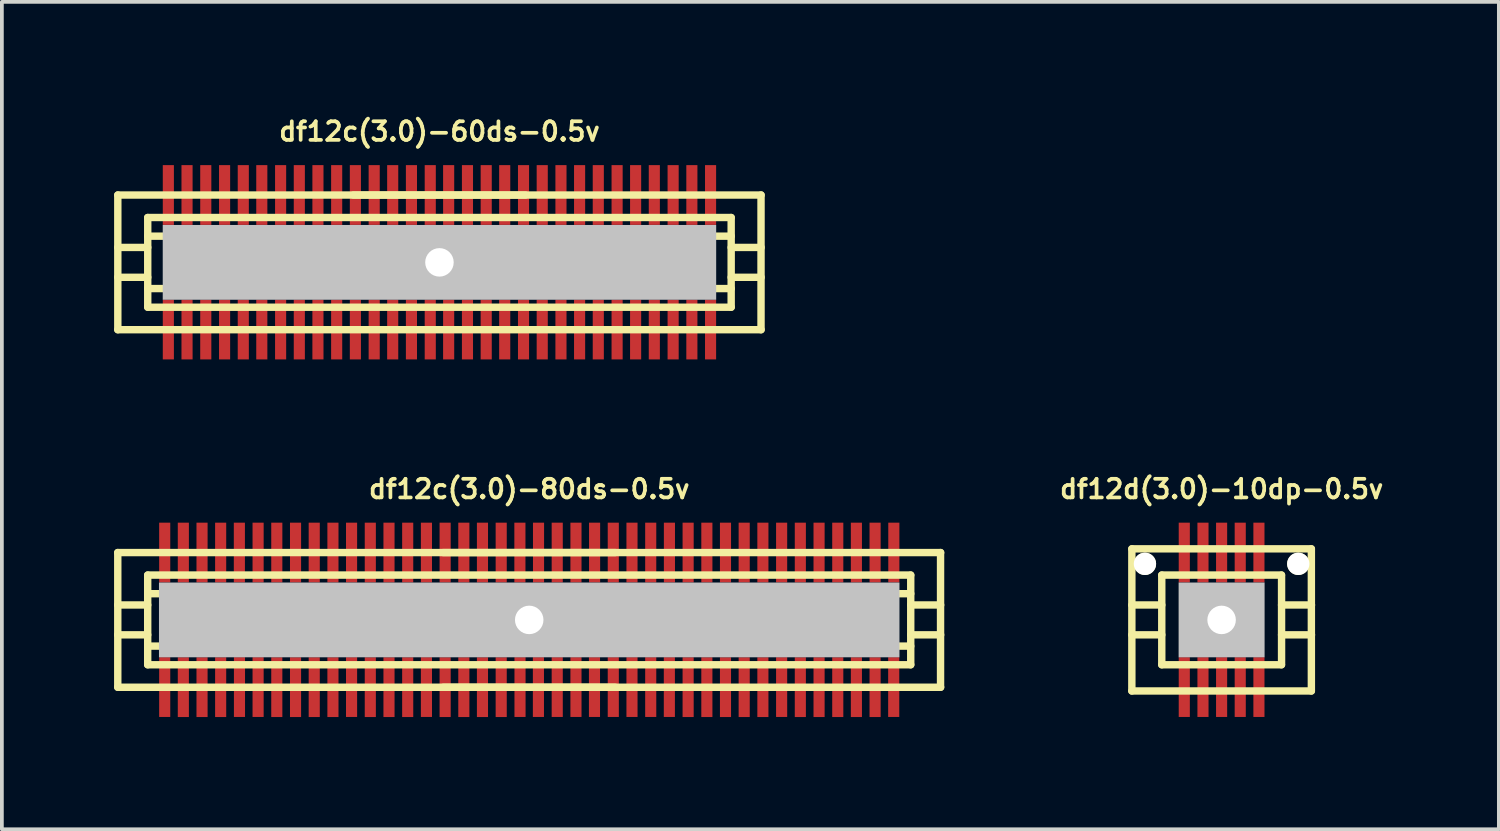
<source format=kicad_pcb>
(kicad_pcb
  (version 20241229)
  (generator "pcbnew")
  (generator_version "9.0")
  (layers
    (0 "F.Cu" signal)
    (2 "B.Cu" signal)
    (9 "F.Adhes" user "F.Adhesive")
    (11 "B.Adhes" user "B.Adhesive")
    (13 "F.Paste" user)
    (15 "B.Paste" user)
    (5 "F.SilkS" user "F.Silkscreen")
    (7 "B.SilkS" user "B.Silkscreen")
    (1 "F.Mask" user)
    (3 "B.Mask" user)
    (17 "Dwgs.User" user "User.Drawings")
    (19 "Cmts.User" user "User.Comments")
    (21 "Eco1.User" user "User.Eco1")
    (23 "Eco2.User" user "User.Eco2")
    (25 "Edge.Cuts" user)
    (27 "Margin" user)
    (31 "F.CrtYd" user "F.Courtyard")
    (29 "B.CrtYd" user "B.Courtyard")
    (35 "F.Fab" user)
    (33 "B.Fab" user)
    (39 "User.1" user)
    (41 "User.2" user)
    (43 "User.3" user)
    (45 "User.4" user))
  (footprint "df12c(3.0)-60ds-0.5v"
    (layer "F.Cu")
    (at 8.7 3.965)
    (property "Reference" "df12c(3.0)-60ds-0.5v" (at 0 -3.5 0) (layer "F.SilkS") (effects (font (size 0.498 0.498) (thickness 0.099))))
    (attr through_hole)
    (fp_line (start -8.6 -1.801) (end 8.6 -1.801) (stroke (width 0.198) (type solid)) (layer "F.SilkS"))
    (fp_line (start -8.6 1.801) (end -8.6 -1.801) (stroke (width 0.198) (type solid)) (layer "F.SilkS"))
    (fp_line (start -8.6 1.801) (end 8.6 1.801) (stroke (width 0.198) (type solid)) (layer "F.SilkS"))
    (fp_line (start -7.8 -0.701) (end 7.8 -0.701) (stroke (width 0.198) (type solid)) (layer "F.SilkS"))
    (fp_line (start -7.8 -0.399) (end -8.6 -0.399) (stroke (width 0.198) (type solid)) (layer "F.SilkS"))
    (fp_line (start -7.8 0.399) (end -8.6 0.399) (stroke (width 0.198) (type solid)) (layer "F.SilkS"))
    (fp_line (start -7.8 0.701) (end 7.8 0.701) (stroke (width 0.198) (type solid)) (layer "F.SilkS"))
    (fp_line (start -7.8 1.199) (end -7.8 -1.199) (stroke (width 0.198) (type solid)) (layer "F.SilkS"))
    (fp_line (start -2.301 -1.801) (end 2.301 -1.801) (stroke (width 0.198) (type solid)) (layer "F.SilkS"))
    (fp_line (start 7.8 -1.199) (end -7.8 -1.199) (stroke (width 0.198) (type solid)) (layer "F.SilkS"))
    (fp_line (start 7.8 -1.199) (end 7.8 1.199) (stroke (width 0.198) (type solid)) (layer "F.SilkS"))
    (fp_line (start 7.8 -0.399) (end 8.6 -0.399) (stroke (width 0.198) (type solid)) (layer "F.SilkS"))
    (fp_line (start 7.8 1.199) (end -7.8 1.199) (stroke (width 0.198) (type solid)) (layer "F.SilkS"))
    (fp_line (start 8.598 -1.801) (end 8.598 1.801) (stroke (width 0.198) (type solid)) (layer "F.SilkS"))
    (fp_line (start 8.6 0.399) (end 7.8 0.399) (stroke (width 0.198) (type solid)) (layer "F.SilkS"))
    (pad "" np_thru_hole rect (at 0 0) (size 14.798 1.999) (drill 0.762) (layers "Dwgs.User"))
    (pad "1" smd rect (at -7.249 1.796) (size 0.297 1.598) (layers "F.Cu" "F.Mask" "F.Paste"))
    (pad "2" smd rect (at -6.749 1.796) (size 0.297 1.598) (layers "F.Cu" "F.Mask" "F.Paste"))
    (pad "3" smd rect (at -6.248 1.796) (size 0.297 1.598) (layers "F.Cu" "F.Mask" "F.Paste"))
    (pad "4" smd rect (at -5.745 1.796) (size 0.297 1.598) (layers "F.Cu" "F.Mask" "F.Paste"))
    (pad "5" smd rect (at -5.245 1.796) (size 0.297 1.598) (layers "F.Cu" "F.Mask" "F.Paste"))
    (pad "6" smd rect (at -4.75 1.796) (size 0.297 1.598) (layers "F.Cu" "F.Mask" "F.Paste"))
    (pad "7" smd rect (at -4.247 1.796) (size 0.297 1.598) (layers "F.Cu" "F.Mask" "F.Paste"))
    (pad "8" smd rect (at -3.747 1.796) (size 0.297 1.598) (layers "F.Cu" "F.Mask" "F.Paste"))
    (pad "9" smd rect (at -3.249 1.796) (size 0.297 1.598) (layers "F.Cu" "F.Mask" "F.Paste"))
    (pad "10" smd rect (at -2.748 1.796) (size 0.297 1.598) (layers "F.Cu" "F.Mask" "F.Paste"))
    (pad "11" smd rect (at -2.248 1.796) (size 0.297 1.598) (layers "F.Cu" "F.Mask" "F.Paste"))
    (pad "12" smd rect (at -1.745 1.796) (size 0.297 1.598) (layers "F.Cu" "F.Mask" "F.Paste"))
    (pad "13" smd rect (at -1.25 1.796) (size 0.297 1.598) (layers "F.Cu" "F.Mask" "F.Paste"))
    (pad "14" smd rect (at -0.749 1.796) (size 0.297 1.598) (layers "F.Cu" "F.Mask" "F.Paste"))
    (pad "15" smd rect (at -0.246 1.796) (size 0.297 1.598) (layers "F.Cu" "F.Mask" "F.Paste"))
    (pad "16" smd rect (at 0.246 1.796) (size 0.297 1.598) (layers "F.Cu" "F.Mask" "F.Paste"))
    (pad "17" smd rect (at 0.749 1.796) (size 0.297 1.598) (layers "F.Cu" "F.Mask" "F.Paste"))
    (pad "18" smd rect (at 1.25 1.796) (size 0.297 1.598) (layers "F.Cu" "F.Mask" "F.Paste"))
    (pad "19" smd rect (at 1.745 1.796) (size 0.297 1.598) (layers "F.Cu" "F.Mask" "F.Paste"))
    (pad "20" smd rect (at 2.248 1.796) (size 0.297 1.598) (layers "F.Cu" "F.Mask" "F.Paste"))
    (pad "21" smd rect (at 2.748 1.796) (size 0.297 1.598) (layers "F.Cu" "F.Mask" "F.Paste"))
    (pad "22" smd rect (at 3.249 1.796) (size 0.297 1.598) (layers "F.Cu" "F.Mask" "F.Paste"))
    (pad "23" smd rect (at 3.747 1.796) (size 0.297 1.598) (layers "F.Cu" "F.Mask" "F.Paste"))
    (pad "24" smd rect (at 4.247 1.796) (size 0.297 1.598) (layers "F.Cu" "F.Mask" "F.Paste"))
    (pad "25" smd rect (at 4.75 1.796) (size 0.297 1.598) (layers "F.Cu" "F.Mask" "F.Paste"))
    (pad "26" smd rect (at 5.245 1.796) (size 0.297 1.598) (layers "F.Cu" "F.Mask" "F.Paste"))
    (pad "27" smd rect (at 5.745 1.796) (size 0.297 1.598) (layers "F.Cu" "F.Mask" "F.Paste"))
    (pad "28" smd rect (at 6.248 1.796) (size 0.297 1.598) (layers "F.Cu" "F.Mask" "F.Paste"))
    (pad "29" smd rect (at 6.749 1.796) (size 0.297 1.598) (layers "F.Cu" "F.Mask" "F.Paste"))
    (pad "30" smd rect (at 7.249 1.796) (size 0.297 1.598) (layers "F.Cu" "F.Mask" "F.Paste"))
    (pad "31" smd rect (at 7.249 -1.801) (size 0.297 1.598) (layers "F.Cu" "F.Mask" "F.Paste"))
    (pad "32" smd rect (at 6.749 -1.801) (size 0.297 1.598) (layers "F.Cu" "F.Mask" "F.Paste"))
    (pad "33" smd rect (at 6.248 -1.801) (size 0.297 1.598) (layers "F.Cu" "F.Mask" "F.Paste"))
    (pad "34" smd rect (at 5.745 -1.801) (size 0.297 1.598) (layers "F.Cu" "F.Mask" "F.Paste"))
    (pad "35" smd rect (at 5.245 -1.801) (size 0.297 1.598) (layers "F.Cu" "F.Mask" "F.Paste"))
    (pad "36" smd rect (at 4.75 -1.801) (size 0.297 1.598) (layers "F.Cu" "F.Mask" "F.Paste"))
    (pad "37" smd rect (at 4.247 -1.801) (size 0.297 1.598) (layers "F.Cu" "F.Mask" "F.Paste"))
    (pad "38" smd rect (at 3.747 -1.801) (size 0.297 1.598) (layers "F.Cu" "F.Mask" "F.Paste"))
    (pad "39" smd rect (at 3.249 -1.801) (size 0.297 1.598) (layers "F.Cu" "F.Mask" "F.Paste"))
    (pad "40" smd rect (at 2.748 -1.801) (size 0.297 1.598) (layers "F.Cu" "F.Mask" "F.Paste"))
    (pad "41" smd rect (at 2.248 -1.801) (size 0.297 1.598) (layers "F.Cu" "F.Mask" "F.Paste"))
    (pad "42" smd rect (at 1.745 -1.801) (size 0.297 1.598) (layers "F.Cu" "F.Mask" "F.Paste"))
    (pad "43" smd rect (at 1.25 -1.801) (size 0.297 1.598) (layers "F.Cu" "F.Mask" "F.Paste"))
    (pad "44" smd rect (at 0.749 -1.801) (size 0.297 1.598) (layers "F.Cu" "F.Mask" "F.Paste"))
    (pad "45" smd rect (at 0.246 -1.801) (size 0.297 1.598) (layers "F.Cu" "F.Mask" "F.Paste"))
    (pad "46" smd rect (at -0.246 -1.801) (size 0.297 1.598) (layers "F.Cu" "F.Mask" "F.Paste"))
    (pad "47" smd rect (at -0.749 -1.801) (size 0.297 1.598) (layers "F.Cu" "F.Mask" "F.Paste"))
    (pad "48" smd rect (at -1.25 -1.801) (size 0.297 1.598) (layers "F.Cu" "F.Mask" "F.Paste"))
    (pad "49" smd rect (at -1.745 -1.801) (size 0.297 1.598) (layers "F.Cu" "F.Mask" "F.Paste"))
    (pad "50" smd rect (at -2.248 -1.801) (size 0.297 1.598) (layers "F.Cu" "F.Mask" "F.Paste"))
    (pad "51" smd rect (at -2.748 -1.801) (size 0.297 1.598) (layers "F.Cu" "F.Mask" "F.Paste"))
    (pad "52" smd rect (at -3.249 -1.801) (size 0.297 1.598) (layers "F.Cu" "F.Mask" "F.Paste"))
    (pad "53" smd rect (at -3.747 -1.801) (size 0.297 1.598) (layers "F.Cu" "F.Mask" "F.Paste"))
    (pad "54" smd rect (at -4.247 -1.801) (size 0.297 1.598) (layers "F.Cu" "F.Mask" "F.Paste"))
    (pad "55" smd rect (at -4.75 -1.801) (size 0.297 1.598) (layers "F.Cu" "F.Mask" "F.Paste"))
    (pad "56" smd rect (at -5.245 -1.801) (size 0.297 1.598) (layers "F.Cu" "F.Mask" "F.Paste"))
    (pad "57" smd rect (at -5.745 -1.801) (size 0.297 1.598) (layers "F.Cu" "F.Mask" "F.Paste"))
    (pad "58" smd rect (at -6.248 -1.801) (size 0.297 1.598) (layers "F.Cu" "F.Mask" "F.Paste"))
    (pad "59" smd rect (at -6.749 -1.801) (size 0.297 1.598) (layers "F.Cu" "F.Mask" "F.Paste"))
    (pad "60" smd rect (at -7.249 -1.801) (size 0.297 1.598) (layers "F.Cu" "F.Mask" "F.Paste")))
  (footprint "df12d(3.0)-10dp-0.5v"
    (layer "F.Cu")
    (at 29.613 13.525)
    (property "Reference" "df12d(3.0)-10dp-0.5v" (at 0 -3.5 0) (layer "F.SilkS") (effects (font (size 0.498 0.498) (thickness 0.099))))
    (attr through_hole)
    (fp_line (start -2.4 -1.9) (end -2.4 1.9) (stroke (width 0.198) (type solid)) (layer "F.SilkS"))
    (fp_line (start -2.4 -1.9) (end 2.4 -1.9) (stroke (width 0.198) (type solid)) (layer "F.SilkS"))
    (fp_line (start -1.6 -0.399) (end -2.4 -0.399) (stroke (width 0.198) (type solid)) (layer "F.SilkS"))
    (fp_line (start -1.6 0.399) (end -2.4 0.399) (stroke (width 0.198) (type solid)) (layer "F.SilkS"))
    (fp_line (start -1.6 1.199) (end -1.6 -1.199) (stroke (width 0.198) (type solid)) (layer "F.SilkS"))
    (fp_line (start -1.6 1.199) (end 1.6 1.199) (stroke (width 0.198) (type solid)) (layer "F.SilkS"))
    (fp_line (start 1.6 -1.199) (end -1.6 -1.199) (stroke (width 0.198) (type solid)) (layer "F.SilkS"))
    (fp_line (start 1.603 -1.199) (end 1.603 1.199) (stroke (width 0.198) (type solid)) (layer "F.SilkS"))
    (fp_line (start 1.603 -0.399) (end 2.403 -0.399) (stroke (width 0.198) (type solid)) (layer "F.SilkS"))
    (fp_line (start 2.4 1.9) (end -2.4 1.9) (stroke (width 0.198) (type solid)) (layer "F.SilkS"))
    (fp_line (start 2.4 1.9) (end 2.4 -1.9) (stroke (width 0.198) (type solid)) (layer "F.SilkS"))
    (fp_line (start 2.403 0.399) (end 1.603 0.399) (stroke (width 0.198) (type solid)) (layer "F.SilkS"))
    (pad "" np_thru_hole circle (at -2.05 -1.499) (size 0.597 0.597) (drill 0.597) (layers "*.Cu" "*.Mask" "F.SilkS"))
    (pad "" np_thru_hole rect (at 0 0) (size 2.299 1.999) (drill 0.762) (layers "Dwgs.User"))
    (pad "" np_thru_hole circle (at 2.05 -1.499) (size 0.597 0.597) (drill 0.597) (layers "*.Cu" "*.Mask" "F.SilkS"))
    (pad "1" smd rect (at 0.998 1.796) (size 0.297 1.598) (layers "F.Cu" "F.Mask" "F.Paste"))
    (pad "2" smd rect (at 0.498 1.796) (size 0.297 1.598) (layers "F.Cu" "F.Mask" "F.Paste"))
    (pad "3" smd rect (at 0 1.796) (size 0.297 1.598) (layers "F.Cu" "F.Mask" "F.Paste"))
    (pad "4" smd rect (at -0.498 1.796) (size 0.297 1.598) (layers "F.Cu" "F.Mask" "F.Paste"))
    (pad "5" smd rect (at -0.998 1.796) (size 0.297 1.598) (layers "F.Cu" "F.Mask" "F.Paste"))
    (pad "6" smd rect (at -0.998 -1.801) (size 0.297 1.598) (layers "F.Cu" "F.Mask" "F.Paste"))
    (pad "7" smd rect (at -0.498 -1.801) (size 0.297 1.598) (layers "F.Cu" "F.Mask" "F.Paste"))
    (pad "8" smd rect (at 0 -1.801) (size 0.297 1.598) (layers "F.Cu" "F.Mask" "F.Paste"))
    (pad "9" smd rect (at 0.498 -1.801) (size 0.297 1.598) (layers "F.Cu" "F.Mask" "F.Paste"))
    (pad "10" smd rect (at 0.998 -1.801) (size 0.297 1.598) (layers "F.Cu" "F.Mask" "F.Paste")))
  (footprint "df12c(3.0)-80ds-0.5v"
    (layer "F.Cu")
    (at 11.1 13.525)
    (property "Reference" "df12c(3.0)-80ds-0.5v" (at 0 -3.5 0) (layer "F.SilkS") (effects (font (size 0.498 0.498) (thickness 0.099))))
    (attr through_hole)
    (fp_line (start -11.001 -1.801) (end 11.001 -1.801) (stroke (width 0.198) (type solid)) (layer "F.SilkS"))
    (fp_line (start -11.001 1.801) (end -11.001 -1.801) (stroke (width 0.198) (type solid)) (layer "F.SilkS"))
    (fp_line (start -10.201 -0.399) (end -11.001 -0.399) (stroke (width 0.198) (type solid)) (layer "F.SilkS"))
    (fp_line (start -10.201 0.399) (end -11.001 0.399) (stroke (width 0.198) (type solid)) (layer "F.SilkS"))
    (fp_line (start -10.201 0.701) (end 10.201 0.701) (stroke (width 0.198) (type solid)) (layer "F.SilkS"))
    (fp_line (start -10.201 1.199) (end -10.201 -1.199) (stroke (width 0.198) (type solid)) (layer "F.SilkS"))
    (fp_line (start -10.201 1.199) (end 10.201 1.199) (stroke (width 0.198) (type solid)) (layer "F.SilkS"))
    (fp_line (start -2.301 -1.801) (end 2.301 -1.801) (stroke (width 0.198) (type solid)) (layer "F.SilkS"))
    (fp_line (start 2.301 1.801) (end -2.301 1.801) (stroke (width 0.198) (type solid)) (layer "F.SilkS"))
    (fp_line (start 10.201 -1.199) (end -10.201 -1.199) (stroke (width 0.198) (type solid)) (layer "F.SilkS"))
    (fp_line (start 10.201 -1.199) (end 10.201 1.199) (stroke (width 0.198) (type solid)) (layer "F.SilkS"))
    (fp_line (start 10.201 -0.701) (end -10.201 -0.701) (stroke (width 0.198) (type solid)) (layer "F.SilkS"))
    (fp_line (start 10.201 -0.399) (end 11.001 -0.399) (stroke (width 0.198) (type solid)) (layer "F.SilkS"))
    (fp_line (start 10.998 -1.801) (end 10.998 1.801) (stroke (width 0.198) (type solid)) (layer "F.SilkS"))
    (fp_line (start 11.001 0.399) (end 10.201 0.399) (stroke (width 0.198) (type solid)) (layer "F.SilkS"))
    (fp_line (start 11.001 1.801) (end -11.001 1.801) (stroke (width 0.198) (type solid)) (layer "F.SilkS"))
    (pad "" np_thru_hole rect (at 0 0) (size 19.799 1.999) (drill 0.762) (layers "Dwgs.User"))
    (pad "1" smd rect (at -9.746 1.796) (size 0.297 1.598) (layers "F.Cu" "F.Mask" "F.Paste"))
    (pad "2" smd rect (at -9.248 1.798) (size 0.297 1.598) (layers "F.Cu" "F.Mask" "F.Paste"))
    (pad "3" smd rect (at -8.748 1.798) (size 0.297 1.598) (layers "F.Cu" "F.Mask" "F.Paste"))
    (pad "4" smd rect (at -8.25 1.798) (size 0.297 1.598) (layers "F.Cu" "F.Mask" "F.Paste"))
    (pad "5" smd rect (at -7.747 1.796) (size 0.297 1.598) (layers "F.Cu" "F.Mask" "F.Paste"))
    (pad "6" smd rect (at -7.249 1.796) (size 0.297 1.598) (layers "F.Cu" "F.Mask" "F.Paste"))
    (pad "7" smd rect (at -6.749 1.798) (size 0.297 1.598) (layers "F.Cu" "F.Mask" "F.Paste"))
    (pad "8" smd rect (at -6.248 1.798) (size 0.297 1.598) (layers "F.Cu" "F.Mask" "F.Paste"))
    (pad "9" smd rect (at -5.748 1.798) (size 0.297 1.598) (layers "F.Cu" "F.Mask" "F.Paste"))
    (pad "10" smd rect (at -5.248 1.798) (size 0.297 1.598) (layers "F.Cu" "F.Mask" "F.Paste"))
    (pad "11" smd rect (at -4.75 1.796) (size 0.297 1.598) (layers "F.Cu" "F.Mask" "F.Paste"))
    (pad "12" smd rect (at -4.249 1.798) (size 0.297 1.598) (layers "F.Cu" "F.Mask" "F.Paste"))
    (pad "13" smd rect (at -3.749 1.798) (size 0.297 1.598) (layers "F.Cu" "F.Mask" "F.Paste"))
    (pad "14" smd rect (at -3.249 1.798) (size 0.297 1.598) (layers "F.Cu" "F.Mask" "F.Paste"))
    (pad "15" smd rect (at -2.748 1.796) (size 0.297 1.598) (layers "F.Cu" "F.Mask" "F.Paste"))
    (pad "16" smd rect (at -2.248 1.798) (size 0.297 1.598) (layers "F.Cu" "F.Mask" "F.Paste"))
    (pad "17" smd rect (at -1.748 1.798) (size 0.297 1.598) (layers "F.Cu" "F.Mask" "F.Paste"))
    (pad "18" smd rect (at -1.25 1.798) (size 0.297 1.598) (layers "F.Cu" "F.Mask" "F.Paste"))
    (pad "19" smd rect (at -0.749 1.798) (size 0.297 1.598) (layers "F.Cu" "F.Mask" "F.Paste"))
    (pad "20" smd rect (at -0.246 1.796) (size 0.297 1.598) (layers "F.Cu" "F.Mask" "F.Paste"))
    (pad "21" smd rect (at 0.246 1.796) (size 0.297 1.598) (layers "F.Cu" "F.Mask" "F.Paste"))
    (pad "22" smd rect (at 0.749 1.796) (size 0.297 1.598) (layers "F.Cu" "F.Mask" "F.Paste"))
    (pad "23" smd rect (at 1.25 1.796) (size 0.297 1.598) (layers "F.Cu" "F.Mask" "F.Paste"))
    (pad "24" smd rect (at 1.745 1.796) (size 0.297 1.598) (layers "F.Cu" "F.Mask" "F.Paste"))
    (pad "25" smd rect (at 2.248 1.796) (size 0.297 1.598) (layers "F.Cu" "F.Mask" "F.Paste"))
    (pad "26" smd rect (at 2.748 1.796) (size 0.297 1.598) (layers "F.Cu" "F.Mask" "F.Paste"))
    (pad "27" smd rect (at 3.249 1.796) (size 0.297 1.598) (layers "F.Cu" "F.Mask" "F.Paste"))
    (pad "28" smd rect (at 3.747 1.796) (size 0.297 1.598) (layers "F.Cu" "F.Mask" "F.Paste"))
    (pad "29" smd rect (at 4.249 1.798) (size 0.297 1.598) (layers "F.Cu" "F.Mask" "F.Paste"))
    (pad "30" smd rect (at 4.75 1.798) (size 0.297 1.598) (layers "F.Cu" "F.Mask" "F.Paste"))
    (pad "31" smd rect (at 5.248 1.798) (size 0.297 1.598) (layers "F.Cu" "F.Mask" "F.Paste"))
    (pad "32" smd rect (at 5.748 1.798) (size 0.297 1.598) (layers "F.Cu" "F.Mask" "F.Paste"))
    (pad "33" smd rect (at 6.248 1.798) (size 0.297 1.598) (layers "F.Cu" "F.Mask" "F.Paste"))
    (pad "34" smd rect (at 6.749 1.796) (size 0.297 1.598) (layers "F.Cu" "F.Mask" "F.Paste"))
    (pad "35" smd rect (at 7.249 1.798) (size 0.297 1.598) (layers "F.Cu" "F.Mask" "F.Paste"))
    (pad "36" smd rect (at 7.75 1.798) (size 0.297 1.598) (layers "F.Cu" "F.Mask" "F.Paste"))
    (pad "37" smd rect (at 8.25 1.798) (size 0.297 1.598) (layers "F.Cu" "F.Mask" "F.Paste"))
    (pad "38" smd rect (at 8.748 1.798) (size 0.297 1.598) (layers "F.Cu" "F.Mask" "F.Paste"))
    (pad "39" smd rect (at 9.248 1.798) (size 0.297 1.598) (layers "F.Cu" "F.Mask" "F.Paste"))
    (pad "40" smd rect (at 9.746 1.796) (size 0.297 1.598) (layers "F.Cu" "F.Mask" "F.Paste"))
    (pad "41" smd rect (at 9.749 -1.801) (size 0.297 1.598) (layers "F.Cu" "F.Mask" "F.Paste"))
    (pad "42" smd rect (at 9.248 -1.801) (size 0.297 1.598) (layers "F.Cu" "F.Mask" "F.Paste"))
    (pad "43" smd rect (at 8.748 -1.801) (size 0.297 1.598) (layers "F.Cu" "F.Mask" "F.Paste"))
    (pad "44" smd rect (at 8.25 -1.801) (size 0.297 1.598) (layers "F.Cu" "F.Mask" "F.Paste"))
    (pad "45" smd rect (at 7.75 -1.801) (size 0.297 1.598) (layers "F.Cu" "F.Mask" "F.Paste"))
    (pad "46" smd rect (at 7.249 -1.801) (size 0.297 1.598) (layers "F.Cu" "F.Mask" "F.Paste"))
    (pad "47" smd rect (at 6.749 -1.801) (size 0.297 1.598) (layers "F.Cu" "F.Mask" "F.Paste"))
    (pad "48" smd rect (at 6.248 -1.801) (size 0.297 1.598) (layers "F.Cu" "F.Mask" "F.Paste"))
    (pad "49" smd rect (at 5.748 -1.801) (size 0.297 1.598) (layers "F.Cu" "F.Mask" "F.Paste"))
    (pad "50" smd rect (at 5.248 -1.801) (size 0.297 1.598) (layers "F.Cu" "F.Mask" "F.Paste"))
    (pad "51" smd rect (at 4.75 -1.801) (size 0.297 1.598) (layers "F.Cu" "F.Mask" "F.Paste"))
    (pad "52" smd rect (at 4.249 -1.801) (size 0.297 1.598) (layers "F.Cu" "F.Mask" "F.Paste"))
    (pad "53" smd rect (at 3.749 -1.801) (size 0.297 1.598) (layers "F.Cu" "F.Mask" "F.Paste"))
    (pad "54" smd rect (at 3.249 -1.801) (size 0.297 1.598) (layers "F.Cu" "F.Mask" "F.Paste"))
    (pad "55" smd rect (at 2.748 -1.801) (size 0.297 1.598) (layers "F.Cu" "F.Mask" "F.Paste"))
    (pad "56" smd rect (at 2.248 -1.801) (size 0.297 1.598) (layers "F.Cu" "F.Mask" "F.Paste"))
    (pad "57" smd rect (at 1.748 -1.801) (size 0.297 1.598) (layers "F.Cu" "F.Mask" "F.Paste"))
    (pad "58" smd rect (at 1.25 -1.801) (size 0.297 1.598) (layers "F.Cu" "F.Mask" "F.Paste"))
    (pad "59" smd rect (at 0.749 -1.801) (size 0.297 1.598) (layers "F.Cu" "F.Mask" "F.Paste"))
    (pad "60" smd rect (at 0.249 -1.801) (size 0.297 1.598) (layers "F.Cu" "F.Mask" "F.Paste"))
    (pad "61" smd rect (at -0.249 -1.801) (size 0.297 1.598) (layers "F.Cu" "F.Mask" "F.Paste"))
    (pad "62" smd rect (at -0.749 -1.801) (size 0.297 1.598) (layers "F.Cu" "F.Mask" "F.Paste"))
    (pad "63" smd rect (at -1.25 -1.801) (size 0.297 1.598) (layers "F.Cu" "F.Mask" "F.Paste"))
    (pad "64" smd rect (at -1.748 -1.801) (size 0.297 1.598) (layers "F.Cu" "F.Mask" "F.Paste"))
    (pad "65" smd rect (at -2.248 -1.801) (size 0.297 1.598) (layers "F.Cu" "F.Mask" "F.Paste"))
    (pad "66" smd rect (at -2.748 -1.801) (size 0.297 1.598) (layers "F.Cu" "F.Mask" "F.Paste"))
    (pad "67" smd rect (at -3.249 -1.801) (size 0.297 1.598) (layers "F.Cu" "F.Mask" "F.Paste"))
    (pad "68" smd rect (at -3.749 -1.801) (size 0.297 1.598) (layers "F.Cu" "F.Mask" "F.Paste"))
    (pad "69" smd rect (at -4.249 -1.801) (size 0.297 1.598) (layers "F.Cu" "F.Mask" "F.Paste"))
    (pad "70" smd rect (at -4.75 -1.801) (size 0.297 1.598) (layers "F.Cu" "F.Mask" "F.Paste"))
    (pad "71" smd rect (at -5.248 -1.801) (size 0.297 1.598) (layers "F.Cu" "F.Mask" "F.Paste"))
    (pad "72" smd rect (at -5.748 -1.801) (size 0.297 1.598) (layers "F.Cu" "F.Mask" "F.Paste"))
    (pad "73" smd rect (at -6.248 -1.801) (size 0.297 1.598) (layers "F.Cu" "F.Mask" "F.Paste"))
    (pad "74" smd rect (at -6.749 -1.801) (size 0.297 1.598) (layers "F.Cu" "F.Mask" "F.Paste"))
    (pad "75" smd rect (at -7.249 -1.801) (size 0.297 1.598) (layers "F.Cu" "F.Mask" "F.Paste"))
    (pad "76" smd rect (at -7.75 -1.801) (size 0.297 1.598) (layers "F.Cu" "F.Mask" "F.Paste"))
    (pad "77" smd rect (at -8.25 -1.801) (size 0.297 1.598) (layers "F.Cu" "F.Mask" "F.Paste"))
    (pad "78" smd rect (at -8.748 -1.801) (size 0.297 1.598) (layers "F.Cu" "F.Mask" "F.Paste"))
    (pad "79" smd rect (at -9.248 -1.801) (size 0.297 1.598) (layers "F.Cu" "F.Mask" "F.Paste"))
    (pad "80" smd rect (at -9.746 -1.801) (size 0.297 1.598) (layers "F.Cu" "F.Mask" "F.Paste")))
  (gr_rect
    (start -3 -3)
    (end 37.026 19.122)
    (stroke (width 0.1) (type default))
    (fill no)
    (layer "Edge.Cuts")))
</source>
